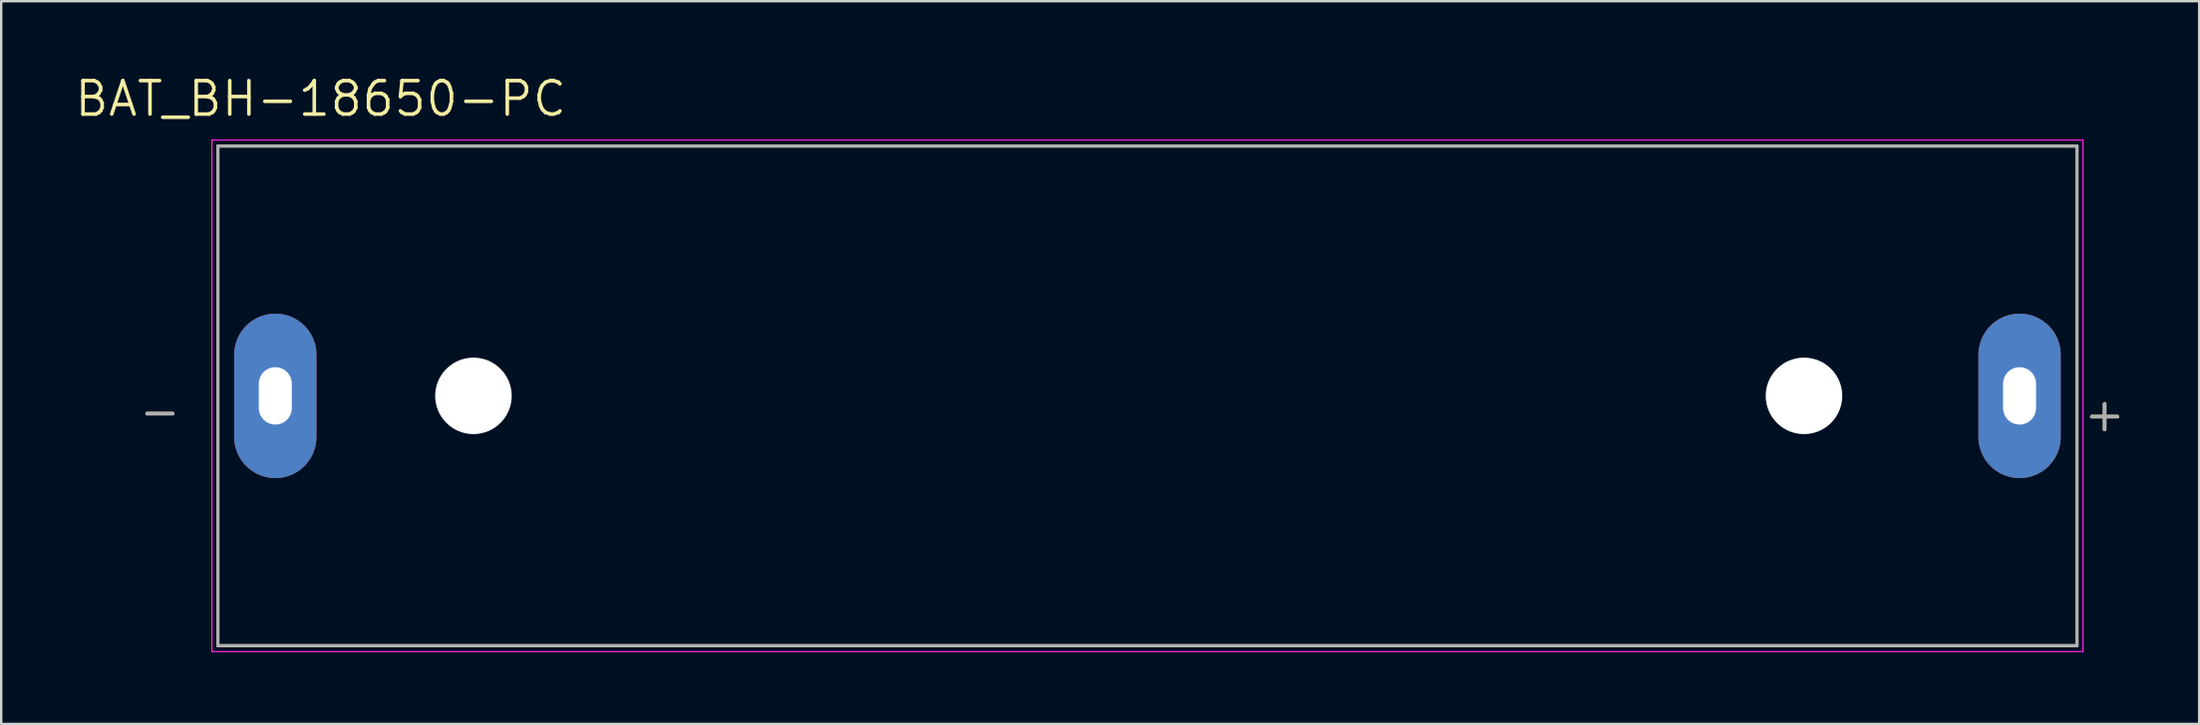
<source format=kicad_pcb>
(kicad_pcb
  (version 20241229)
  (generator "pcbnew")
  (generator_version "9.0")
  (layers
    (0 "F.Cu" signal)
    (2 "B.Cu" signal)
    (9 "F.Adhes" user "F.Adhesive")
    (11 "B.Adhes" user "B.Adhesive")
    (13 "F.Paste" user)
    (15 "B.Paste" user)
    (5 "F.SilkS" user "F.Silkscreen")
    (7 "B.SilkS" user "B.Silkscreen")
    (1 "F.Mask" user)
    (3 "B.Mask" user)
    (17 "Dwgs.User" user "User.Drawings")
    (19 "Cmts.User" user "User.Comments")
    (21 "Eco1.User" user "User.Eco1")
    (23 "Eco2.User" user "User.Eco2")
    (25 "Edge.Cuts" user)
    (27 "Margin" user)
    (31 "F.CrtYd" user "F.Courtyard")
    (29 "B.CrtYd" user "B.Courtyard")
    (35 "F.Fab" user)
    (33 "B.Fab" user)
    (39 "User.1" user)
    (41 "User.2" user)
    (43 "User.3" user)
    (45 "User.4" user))
  (footprint "BAT_BH-18650-PC"
    (layer "F.Cu")
    (at 44.907 13.511)
    (property "Reference" "BAT_BH-18650-PC" (at -34.555 -12.429 0) (layer "F.SilkS") (effects (font (size 1.4 1.4) (thickness 0.15))))
    (attr through_hole)
    (fp_line (start -38.85 -10.45) (end -38.85 10.45) (stroke (width 0.127) (type solid)) (layer "F.SilkS"))
    (fp_line (start -38.85 10.45) (end 38.85 10.45) (stroke (width 0.127) (type solid)) (layer "F.SilkS"))
    (fp_line (start 38.85 -10.45) (end -38.85 -10.45) (stroke (width 0.127) (type solid)) (layer "F.SilkS"))
    (fp_line (start 38.85 10.45) (end 38.85 -10.45) (stroke (width 0.127) (type solid)) (layer "F.SilkS"))
    (fp_line (start -39.1 -10.7) (end -39.1 10.7) (stroke (width 0.05) (type solid)) (layer "F.CrtYd"))
    (fp_line (start -39.1 10.7) (end 39.1 10.7) (stroke (width 0.05) (type solid)) (layer "F.CrtYd"))
    (fp_line (start 39.1 -10.7) (end -39.1 -10.7) (stroke (width 0.05) (type solid)) (layer "F.CrtYd"))
    (fp_line (start 39.1 10.7) (end 39.1 -10.7) (stroke (width 0.05) (type solid)) (layer "F.CrtYd"))
    (fp_line (start -38.85 -10.45) (end -38.85 10.45) (stroke (width 0.127) (type solid)) (layer "F.Fab"))
    (fp_line (start -38.85 10.45) (end 38.85 10.45) (stroke (width 0.127) (type solid)) (layer "F.Fab"))
    (fp_line (start 38.85 -10.45) (end -38.85 -10.45) (stroke (width 0.127) (type solid)) (layer "F.Fab"))
    (fp_line (start 38.85 10.45) (end 38.85 -10.45) (stroke (width 0.127) (type solid)) (layer "F.Fab"))
    (fp_text user "+" (at 40.005 0.762 0) (layer "F.SilkS") (effects (font (size 1.4 1.4) (thickness 0.15))))
    (fp_text user "-" (at -41.275 0.635 0) (layer "F.SilkS") (effects (font (size 1.4 1.4) (thickness 0.15))))
    (fp_text user "+" (at 40.005 0.762 0) (layer "F.Fab") (effects (font (size 1.4 1.4) (thickness 0.15))))
    (fp_text user "-" (at -41.275 0.635 0) (layer "F.Fab") (effects (font (size 1.4 1.4) (thickness 0.15))))
    (pad "" np_thru_hole circle (at -28.17 0) (size 3.2 3.2) (drill 3.2) (layers "*.Cu" "*.Mask"))
    (pad "" np_thru_hole circle (at 27.44 0) (size 3.2 3.2) (drill 3.2) (layers "*.Cu" "*.Mask"))
    (pad "N" thru_hole oval (at -36.45 0) (size 3.44 6.88) (drill oval 1.38 2.4) (layers "*.Cu" "*.Mask"))
    (pad "P" thru_hole oval (at 36.45 0) (size 3.44 6.88) (drill oval 1.38 2.4) (layers "*.Cu" "*.Mask")))
  (gr_rect
    (start -3 -3)
    (end 88.863 27.236)
    (stroke (width 0.1) (type default))
    (fill no)
    (layer "Edge.Cuts")))
</source>
